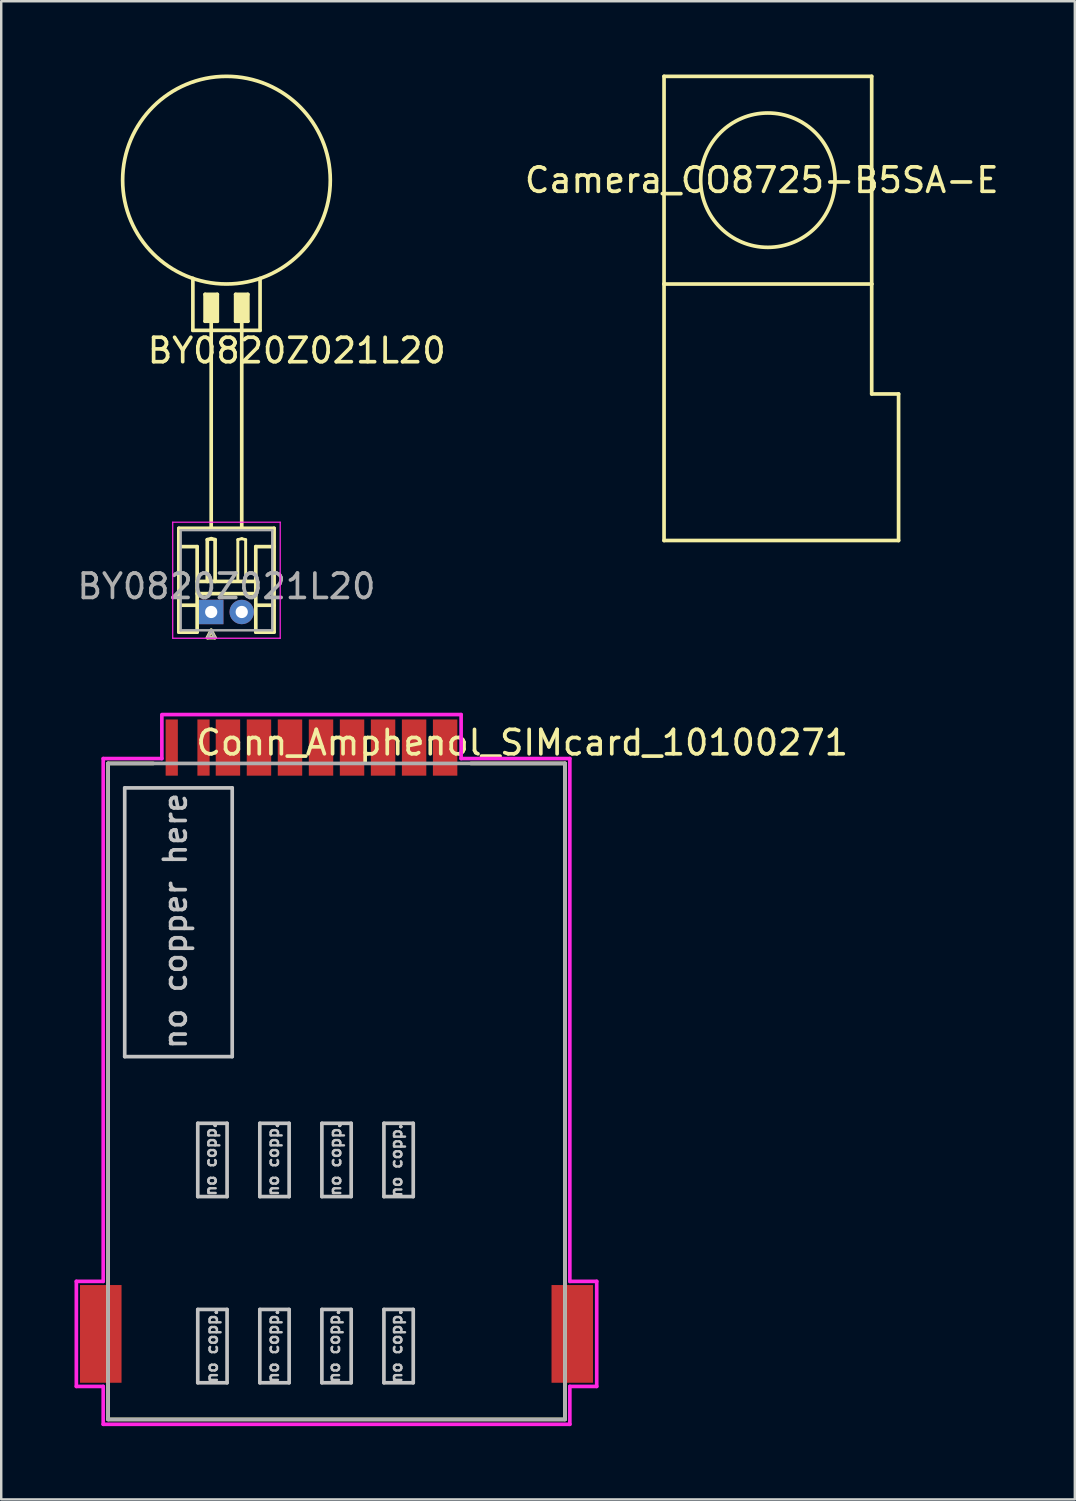
<source format=kicad_pcb>
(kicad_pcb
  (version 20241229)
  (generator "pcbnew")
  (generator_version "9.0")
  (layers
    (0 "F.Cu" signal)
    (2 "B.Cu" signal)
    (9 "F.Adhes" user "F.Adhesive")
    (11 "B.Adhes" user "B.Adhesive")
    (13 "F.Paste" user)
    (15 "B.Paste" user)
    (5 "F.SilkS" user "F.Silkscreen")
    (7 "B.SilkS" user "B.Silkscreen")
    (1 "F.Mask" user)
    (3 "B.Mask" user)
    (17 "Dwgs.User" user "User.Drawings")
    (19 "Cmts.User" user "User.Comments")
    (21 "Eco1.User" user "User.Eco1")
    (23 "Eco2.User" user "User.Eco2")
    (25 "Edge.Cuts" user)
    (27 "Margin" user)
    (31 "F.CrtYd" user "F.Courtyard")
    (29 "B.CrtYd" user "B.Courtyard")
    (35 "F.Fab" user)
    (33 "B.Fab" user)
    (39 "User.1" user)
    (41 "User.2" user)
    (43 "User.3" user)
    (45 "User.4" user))
  (footprint "Camera_CO8725-B5SA-E"
    (layer "F.Cu")
    (at 28.381 4.325)
    (property "Reference" "Camera_CO8725-B5SA-E" (at -0.25 0 0) (layer "F.SilkS") (effects (font (size 1 1) (thickness 0.15))))
    (attr through_hole)
    (fp_line (start -4.25 -4.25) (end -4.25 4.25) (stroke (width 0.15) (type solid)) (layer "F.SilkS"))
    (fp_line (start -4.25 -4.25) (end 4.25 -4.25) (stroke (width 0.15) (type solid)) (layer "F.SilkS"))
    (fp_line (start -4.25 4.25) (end -4.25 14.75) (stroke (width 0.15) (type solid)) (layer "F.SilkS"))
    (fp_line (start -4.25 4.25) (end 4.25 4.25) (stroke (width 0.15) (type solid)) (layer "F.SilkS"))
    (fp_line (start -4.25 14.75) (end 5.35 14.75) (stroke (width 0.15) (type solid)) (layer "F.SilkS"))
    (fp_line (start 4.25 -4.25) (end 4.25 4.25) (stroke (width 0.15) (type solid)) (layer "F.SilkS"))
    (fp_line (start 4.25 8.75) (end 4.25 4.25) (stroke (width 0.15) (type solid)) (layer "F.SilkS"))
    (fp_line (start 5.35 8.75) (end 4.25 8.75) (stroke (width 0.15) (type solid)) (layer "F.SilkS"))
    (fp_line (start 5.35 14.75) (end 5.35 8.75) (stroke (width 0.15) (type solid)) (layer "F.SilkS"))
    (fp_circle (center 0 0) (end 2.75 0) (stroke (width 0.15) (type solid)) (fill no) (layer "F.SilkS")))
  (footprint "BY0820Z021L20"
    (layer "F.Cu")
    (at 5.595 22)
    (property "Reference" "BY0820Z021L20" (at 3.5 -10.7 0) (layer "F.SilkS") (effects (font (size 1 1) (thickness 0.15))))
    (attr through_hole)
    (fp_line (start -1.325 -3.425) (end 2.575 -3.425) (stroke (width 0.15) (type solid)) (layer "F.SilkS"))
    (fp_line (start -1.325 -2.675) (end -0.575 -2.675) (stroke (width 0.15) (type solid)) (layer "F.SilkS"))
    (fp_line (start -1.325 -0.275) (end -0.575 -0.275) (stroke (width 0.15) (type solid)) (layer "F.SilkS"))
    (fp_line (start -1.325 0.825) (end -1.325 -3.425) (stroke (width 0.15) (type solid)) (layer "F.SilkS"))
    (fp_line (start -0.75 -13.653) (end -0.75 -11.528) (stroke (width 0.15) (type solid)) (layer "F.SilkS"))
    (fp_line (start -0.75 -11.528) (end 2 -11.528) (stroke (width 0.15) (type solid)) (layer "F.SilkS"))
    (fp_line (start -0.575 -2.675) (end -0.575 0.825) (stroke (width 0.15) (type solid)) (layer "F.SilkS"))
    (fp_line (start -0.575 -1.25) (end 1.825 -1.25) (stroke (width 0.15) (type solid)) (layer "F.SilkS"))
    (fp_line (start -0.575 -0.75) (end 1.825 -0.75) (stroke (width 0.15) (type solid)) (layer "F.SilkS"))
    (fp_line (start -0.575 0.825) (end -1.325 0.825) (stroke (width 0.15) (type solid)) (layer "F.SilkS"))
    (fp_line (start -0.25 -13) (end -0.25 -11.9) (stroke (width 0.15) (type solid)) (layer "F.SilkS"))
    (fp_line (start -0.25 -11.9) (end 0.25 -11.9) (stroke (width 0.15) (type solid)) (layer "F.SilkS"))
    (fp_line (start -0.16 -2.96) (end 0 -3) (stroke (width 0.15) (type solid)) (layer "F.SilkS"))
    (fp_line (start -0.16 -1.25) (end -0.16 -2.96) (stroke (width 0.15) (type solid)) (layer "F.SilkS"))
    (fp_line (start -0.15 -12.9) (end -0.15 -12) (stroke (width 0.15) (type solid)) (layer "F.SilkS"))
    (fp_line (start -0.15 1.05) (end 0.15 1.05) (stroke (width 0.15) (type solid)) (layer "F.SilkS"))
    (fp_line (start -0.05 -12) (end -0.05 -12.9) (stroke (width 0.15) (type solid)) (layer "F.SilkS"))
    (fp_line (start 0 -3.425) (end 0 -11.875) (stroke (width 0.15) (type solid)) (layer "F.SilkS"))
    (fp_line (start 0 -3) (end 0.16 -2.96) (stroke (width 0.15) (type solid)) (layer "F.SilkS"))
    (fp_line (start 0 0.75) (end -0.15 1.05) (stroke (width 0.15) (type solid)) (layer "F.SilkS"))
    (fp_line (start 0.05 -12.9) (end 0.05 -12) (stroke (width 0.15) (type solid)) (layer "F.SilkS"))
    (fp_line (start 0.15 -12) (end 0.15 -12.9) (stroke (width 0.15) (type solid)) (layer "F.SilkS"))
    (fp_line (start 0.15 1.05) (end 0 0.75) (stroke (width 0.15) (type solid)) (layer "F.SilkS"))
    (fp_line (start 0.16 -2.96) (end 0.16 -1.25) (stroke (width 0.15) (type solid)) (layer "F.SilkS"))
    (fp_line (start 0.25 -13) (end -0.25 -13) (stroke (width 0.15) (type solid)) (layer "F.SilkS"))
    (fp_line (start 0.25 -11.9) (end 0.25 -13) (stroke (width 0.15) (type solid)) (layer "F.SilkS"))
    (fp_line (start 1 -13) (end 1 -11.9) (stroke (width 0.15) (type solid)) (layer "F.SilkS"))
    (fp_line (start 1 -11.9) (end 1.5 -11.9) (stroke (width 0.15) (type solid)) (layer "F.SilkS"))
    (fp_line (start 1.09 -2.96) (end 1.25 -3) (stroke (width 0.12) (type solid)) (layer "F.SilkS"))
    (fp_line (start 1.09 -1.25) (end 1.09 -2.96) (stroke (width 0.12) (type solid)) (layer "F.SilkS"))
    (fp_line (start 1.1 -12.9) (end 1.1 -12) (stroke (width 0.15) (type solid)) (layer "F.SilkS"))
    (fp_line (start 1.2 -12) (end 1.2 -12.9) (stroke (width 0.15) (type solid)) (layer "F.SilkS"))
    (fp_line (start 1.25 -3.425) (end 1.25 -11.875) (stroke (width 0.15) (type solid)) (layer "F.SilkS"))
    (fp_line (start 1.25 -3) (end 1.41 -2.96) (stroke (width 0.12) (type solid)) (layer "F.SilkS"))
    (fp_line (start 1.3 -12.9) (end 1.3 -12) (stroke (width 0.15) (type solid)) (layer "F.SilkS"))
    (fp_line (start 1.4 -12) (end 1.4 -12.9) (stroke (width 0.15) (type solid)) (layer "F.SilkS"))
    (fp_line (start 1.41 -2.96) (end 1.41 -1.25) (stroke (width 0.12) (type solid)) (layer "F.SilkS"))
    (fp_line (start 1.5 -13) (end 1 -13) (stroke (width 0.15) (type solid)) (layer "F.SilkS"))
    (fp_line (start 1.5 -11.9) (end 1.5 -13) (stroke (width 0.15) (type solid)) (layer "F.SilkS"))
    (fp_line (start 1.825 -2.675) (end 1.825 0.825) (stroke (width 0.15) (type solid)) (layer "F.SilkS"))
    (fp_line (start 1.825 -0.275) (end 2.575 -0.275) (stroke (width 0.15) (type solid)) (layer "F.SilkS"))
    (fp_line (start 2 -11.528) (end 2 -13.653) (stroke (width 0.15) (type solid)) (layer "F.SilkS"))
    (fp_line (start 2.575 -3.425) (end 2.575 0.825) (stroke (width 0.15) (type solid)) (layer "F.SilkS"))
    (fp_line (start 2.575 -2.675) (end 1.825 -2.675) (stroke (width 0.15) (type solid)) (layer "F.SilkS"))
    (fp_line (start 2.575 0.825) (end 1.825 0.825) (stroke (width 0.15) (type solid)) (layer "F.SilkS"))
    (fp_circle (center 0.625 -17.675) (end 0.625 -13.425) (stroke (width 0.15) (type solid)) (fill no) (layer "F.SilkS"))
    (fp_line (start -1.575 -3.675) (end -1.575 1.075) (stroke (width 0.05) (type solid)) (layer "F.CrtYd"))
    (fp_line (start -1.575 1.075) (end 2.825 1.075) (stroke (width 0.05) (type solid)) (layer "F.CrtYd"))
    (fp_line (start 2.825 -3.675) (end -1.575 -3.675) (stroke (width 0.05) (type solid)) (layer "F.CrtYd"))
    (fp_line (start 2.825 1.075) (end 2.825 -3.675) (stroke (width 0.05) (type solid)) (layer "F.CrtYd"))
    (fp_line (start -1.25 -3.35) (end -1.25 0.75) (stroke (width 0.1) (type solid)) (layer "F.Fab"))
    (fp_line (start -1.25 0.75) (end 2.5 0.75) (stroke (width 0.1) (type solid)) (layer "F.Fab"))
    (fp_line (start -0.15 1.05) (end 0.15 1.05) (stroke (width 0.1) (type solid)) (layer "F.Fab"))
    (fp_line (start 0 0.75) (end -0.15 1.05) (stroke (width 0.1) (type solid)) (layer "F.Fab"))
    (fp_line (start 0.15 1.05) (end 0 0.75) (stroke (width 0.1) (type solid)) (layer "F.Fab"))
    (fp_line (start 2.5 -3.35) (end -1.25 -3.35) (stroke (width 0.1) (type solid)) (layer "F.Fab"))
    (fp_line (start 2.5 0.75) (end 2.5 -3.35) (stroke (width 0.1) (type solid)) (layer "F.Fab"))
    (fp_text user "${REFERENCE}" (at 0.625 -1.05 0) (layer "F.Fab") (effects (font (size 1 1) (thickness 0.15))))
    (pad "1" thru_hole rect (at 0 0) (size 1 1) (drill 0.5) (layers "*.Cu" "*.Mask"))
    (pad "2" thru_hole circle (at 1.25 0) (size 1 1) (drill 0.5) (layers "*.Cu" "*.Mask")))
  (footprint "Conn_Amphenol_SIMcard_10100271"
    (layer "F.Cu")
    (at 10.725 41.05)
    (property "Reference" "Conn_Amphenol_SIMcard_10100271" (at 7.6 -13.7 0) (layer "F.SilkS") (effects (font (size 1 1) (thickness 0.15))))
    (attr through_hole)
    (fp_line (start -9.35 -12.85) (end -9.35 14) (stroke (width 0.15) (type solid)) (layer "F.SilkS"))
    (fp_line (start -9.35 14) (end 9.35 14) (stroke (width 0.15) (type solid)) (layer "F.SilkS"))
    (fp_line (start -7.5 -12.85) (end -9.35 -12.85) (stroke (width 0.15) (type solid)) (layer "F.SilkS"))
    (fp_line (start 9.35 -12.85) (end 5.5 -12.85) (stroke (width 0.15) (type solid)) (layer "F.SilkS"))
    (fp_line (start 9.35 14) (end 9.35 -12.85) (stroke (width 0.15) (type solid)) (layer "F.SilkS"))
    (fp_line (start -8.67 -0.85) (end -8.67 -11.85) (stroke (width 0.15) (type solid)) (layer "Dwgs.User"))
    (fp_line (start -5.68 1.88) (end -5.68 4.88) (stroke (width 0.15) (type solid)) (layer "Dwgs.User"))
    (fp_line (start -5.68 4.88) (end -4.48 4.88) (stroke (width 0.15) (type solid)) (layer "Dwgs.User"))
    (fp_line (start -5.68 9.5) (end -5.68 12.5) (stroke (width 0.15) (type solid)) (layer "Dwgs.User"))
    (fp_line (start -5.68 12.5) (end -4.48 12.5) (stroke (width 0.15) (type solid)) (layer "Dwgs.User"))
    (fp_line (start -4.48 1.88) (end -5.68 1.88) (stroke (width 0.15) (type solid)) (layer "Dwgs.User"))
    (fp_line (start -4.48 4.88) (end -4.48 1.88) (stroke (width 0.15) (type solid)) (layer "Dwgs.User"))
    (fp_line (start -4.48 9.5) (end -5.68 9.5) (stroke (width 0.15) (type solid)) (layer "Dwgs.User"))
    (fp_line (start -4.48 12.5) (end -4.48 9.5) (stroke (width 0.15) (type solid)) (layer "Dwgs.User"))
    (fp_line (start -4.27 -11.85) (end -8.67 -11.85) (stroke (width 0.15) (type solid)) (layer "Dwgs.User"))
    (fp_line (start -4.27 -0.85) (end -8.67 -0.85) (stroke (width 0.15) (type solid)) (layer "Dwgs.User"))
    (fp_line (start -4.27 -0.85) (end -4.27 -11.85) (stroke (width 0.15) (type solid)) (layer "Dwgs.User"))
    (fp_line (start -3.14 1.88) (end -3.14 4.88) (stroke (width 0.15) (type solid)) (layer "Dwgs.User"))
    (fp_line (start -3.14 4.88) (end -1.94 4.88) (stroke (width 0.15) (type solid)) (layer "Dwgs.User"))
    (fp_line (start -3.14 9.5) (end -3.14 12.5) (stroke (width 0.15) (type solid)) (layer "Dwgs.User"))
    (fp_line (start -3.14 12.5) (end -1.94 12.5) (stroke (width 0.15) (type solid)) (layer "Dwgs.User"))
    (fp_line (start -1.94 1.88) (end -3.14 1.88) (stroke (width 0.15) (type solid)) (layer "Dwgs.User"))
    (fp_line (start -1.94 4.88) (end -1.94 1.88) (stroke (width 0.15) (type solid)) (layer "Dwgs.User"))
    (fp_line (start -1.94 9.5) (end -3.14 9.5) (stroke (width 0.15) (type solid)) (layer "Dwgs.User"))
    (fp_line (start -1.94 12.5) (end -1.94 9.5) (stroke (width 0.15) (type solid)) (layer "Dwgs.User"))
    (fp_line (start -0.6 1.88) (end -0.6 4.88) (stroke (width 0.15) (type solid)) (layer "Dwgs.User"))
    (fp_line (start -0.6 4.88) (end 0.6 4.88) (stroke (width 0.15) (type solid)) (layer "Dwgs.User"))
    (fp_line (start -0.6 9.5) (end -0.6 12.5) (stroke (width 0.15) (type solid)) (layer "Dwgs.User"))
    (fp_line (start -0.6 12.5) (end 0.6 12.5) (stroke (width 0.15) (type solid)) (layer "Dwgs.User"))
    (fp_line (start 0.6 1.88) (end -0.6 1.88) (stroke (width 0.15) (type solid)) (layer "Dwgs.User"))
    (fp_line (start 0.6 4.88) (end 0.6 1.88) (stroke (width 0.15) (type solid)) (layer "Dwgs.User"))
    (fp_line (start 0.6 9.5) (end -0.6 9.5) (stroke (width 0.15) (type solid)) (layer "Dwgs.User"))
    (fp_line (start 0.6 12.5) (end 0.6 9.5) (stroke (width 0.15) (type solid)) (layer "Dwgs.User"))
    (fp_line (start 1.94 1.88) (end 1.94 4.88) (stroke (width 0.15) (type solid)) (layer "Dwgs.User"))
    (fp_line (start 1.94 4.88) (end 3.14 4.88) (stroke (width 0.15) (type solid)) (layer "Dwgs.User"))
    (fp_line (start 1.94 9.5) (end 1.94 12.5) (stroke (width 0.15) (type solid)) (layer "Dwgs.User"))
    (fp_line (start 1.94 12.5) (end 3.14 12.5) (stroke (width 0.15) (type solid)) (layer "Dwgs.User"))
    (fp_line (start 3.14 1.88) (end 1.94 1.88) (stroke (width 0.15) (type solid)) (layer "Dwgs.User"))
    (fp_line (start 3.14 4.88) (end 3.14 1.88) (stroke (width 0.15) (type solid)) (layer "Dwgs.User"))
    (fp_line (start 3.14 9.5) (end 1.94 9.5) (stroke (width 0.15) (type solid)) (layer "Dwgs.User"))
    (fp_line (start 3.14 12.5) (end 3.14 9.5) (stroke (width 0.15) (type solid)) (layer "Dwgs.User"))
    (fp_line (start -10.65 8.35) (end -10.65 12.65) (stroke (width 0.15) (type solid)) (layer "F.CrtYd"))
    (fp_line (start -10.65 12.65) (end -9.55 12.65) (stroke (width 0.15) (type solid)) (layer "F.CrtYd"))
    (fp_line (start -9.55 -13.05) (end -9.55 8.35) (stroke (width 0.15) (type solid)) (layer "F.CrtYd"))
    (fp_line (start -9.55 8.35) (end -10.65 8.35) (stroke (width 0.15) (type solid)) (layer "F.CrtYd"))
    (fp_line (start -9.55 12.65) (end -9.55 14.2) (stroke (width 0.15) (type solid)) (layer "F.CrtYd"))
    (fp_line (start -9.55 14.2) (end 9.55 14.2) (stroke (width 0.15) (type solid)) (layer "F.CrtYd"))
    (fp_line (start -7.15 -14.8) (end -7.15 -13.05) (stroke (width 0.15) (type solid)) (layer "F.CrtYd"))
    (fp_line (start -7.15 -13.05) (end -9.55 -13.05) (stroke (width 0.15) (type solid)) (layer "F.CrtYd"))
    (fp_line (start 5.1 -14.85) (end -7.15 -14.85) (stroke (width 0.15) (type solid)) (layer "F.CrtYd"))
    (fp_line (start 5.1 -14.85) (end 5.1 -13.05) (stroke (width 0.15) (type solid)) (layer "F.CrtYd"))
    (fp_line (start 5.1 -13.05) (end 9.55 -13.05) (stroke (width 0.15) (type solid)) (layer "F.CrtYd"))
    (fp_line (start 9.55 8.35) (end 9.55 -13.05) (stroke (width 0.15) (type solid)) (layer "F.CrtYd"))
    (fp_line (start 9.55 12.65) (end 10.65 12.65) (stroke (width 0.15) (type solid)) (layer "F.CrtYd"))
    (fp_line (start 9.55 14.2) (end 9.55 12.65) (stroke (width 0.15) (type solid)) (layer "F.CrtYd"))
    (fp_line (start 10.65 8.35) (end 9.55 8.35) (stroke (width 0.15) (type solid)) (layer "F.CrtYd"))
    (fp_line (start 10.65 12.65) (end 10.65 8.35) (stroke (width 0.15) (type solid)) (layer "F.CrtYd"))
    (fp_line (start -9.35 -12.85) (end 9.35 -12.85) (stroke (width 0.15) (type solid)) (layer "F.Fab"))
    (fp_line (start -9.35 14) (end -9.35 -12.85) (stroke (width 0.15) (type solid)) (layer "F.Fab"))
    (fp_line (start 9.35 -12.85) (end 9.35 14) (stroke (width 0.15) (type solid)) (layer "F.Fab"))
    (fp_line (start 9.35 14) (end -9.35 14) (stroke (width 0.15) (type solid)) (layer "F.Fab"))
    (fp_text user "no copp." (at 2.45 3.4 90) (layer "Dwgs.User") (effects (font (size 0.45 0.45) (thickness 0.1))))
    (fp_text user "no copp." (at -0.1 11 90) (layer "Dwgs.User") (effects (font (size 0.45 0.45) (thickness 0.1))))
    (fp_text user "no copp." (at -0.05 3.35 90) (layer "Dwgs.User") (effects (font (size 0.45 0.45) (thickness 0.1))))
    (fp_text user "no copp." (at -5.1 11 90) (layer "Dwgs.User") (effects (font (size 0.45 0.45) (thickness 0.1))))
    (fp_text user "no copper here" (at -6.6 -6.4 90) (layer "Dwgs.User") (effects (font (size 0.9 0.9) (thickness 0.15))))
    (fp_text user "no copp." (at 2.45 11 90) (layer "Dwgs.User") (effects (font (size 0.45 0.45) (thickness 0.1))))
    (fp_text user "no copp." (at -5.15 3.35 90) (layer "Dwgs.User") (effects (font (size 0.45 0.45) (thickness 0.1))))
    (fp_text user "no copp." (at -2.6 3.35 90) (layer "Dwgs.User") (effects (font (size 0.45 0.45) (thickness 0.1))))
    (fp_text user "no copp." (at -2.6 11 90) (layer "Dwgs.User") (effects (font (size 0.45 0.45) (thickness 0.1))))
    (pad "C1" smd rect (at 4.445 -13.5) (size 1 2.3) (layers "F.Cu" "F.Mask" "F.Paste"))
    (pad "C2" smd rect (at 1.905 -13.5) (size 1 2.3) (layers "F.Cu" "F.Mask" "F.Paste"))
    (pad "C3" smd rect (at -0.635 -13.5) (size 1 2.3) (layers "F.Cu" "F.Mask" "F.Paste"))
    (pad "C4" smd rect (at -3.175 -13.5) (size 1 2.3) (layers "F.Cu" "F.Mask" "F.Paste"))
    (pad "C5" smd rect (at 3.175 -13.5) (size 1 2.3) (layers "F.Cu" "F.Mask" "F.Paste"))
    (pad "C6" smd rect (at 0.635 -13.5) (size 1 2.3) (layers "F.Cu" "F.Mask" "F.Paste"))
    (pad "C7" smd rect (at -1.905 -13.5) (size 1 2.3) (layers "F.Cu" "F.Mask" "F.Paste"))
    (pad "C8" smd rect (at -4.445 -13.5) (size 1 2.3) (layers "F.Cu" "F.Mask" "F.Paste"))
    (pad "GND1" smd rect (at 9.65 10.5) (size 1.7 4) (layers "F.Cu" "F.Mask" "F.Paste"))
    (pad "GND2" smd rect (at -9.65 10.5) (size 1.7 4) (layers "F.Cu" "F.Mask" "F.Paste"))
    (pad "SW1" smd rect (at -5.445 -13.5) (size 0.5 2.3) (layers "F.Cu" "F.Mask" "F.Paste"))
    (pad "SW2" smd rect (at -6.745 -13.5) (size 0.5 2.3) (layers "F.Cu" "F.Mask" "F.Paste")))
  (gr_rect
    (start -3 -3)
    (end 40.946 58.325)
    (stroke (width 0.1) (type default))
    (fill no)
    (layer "Edge.Cuts")))
</source>
